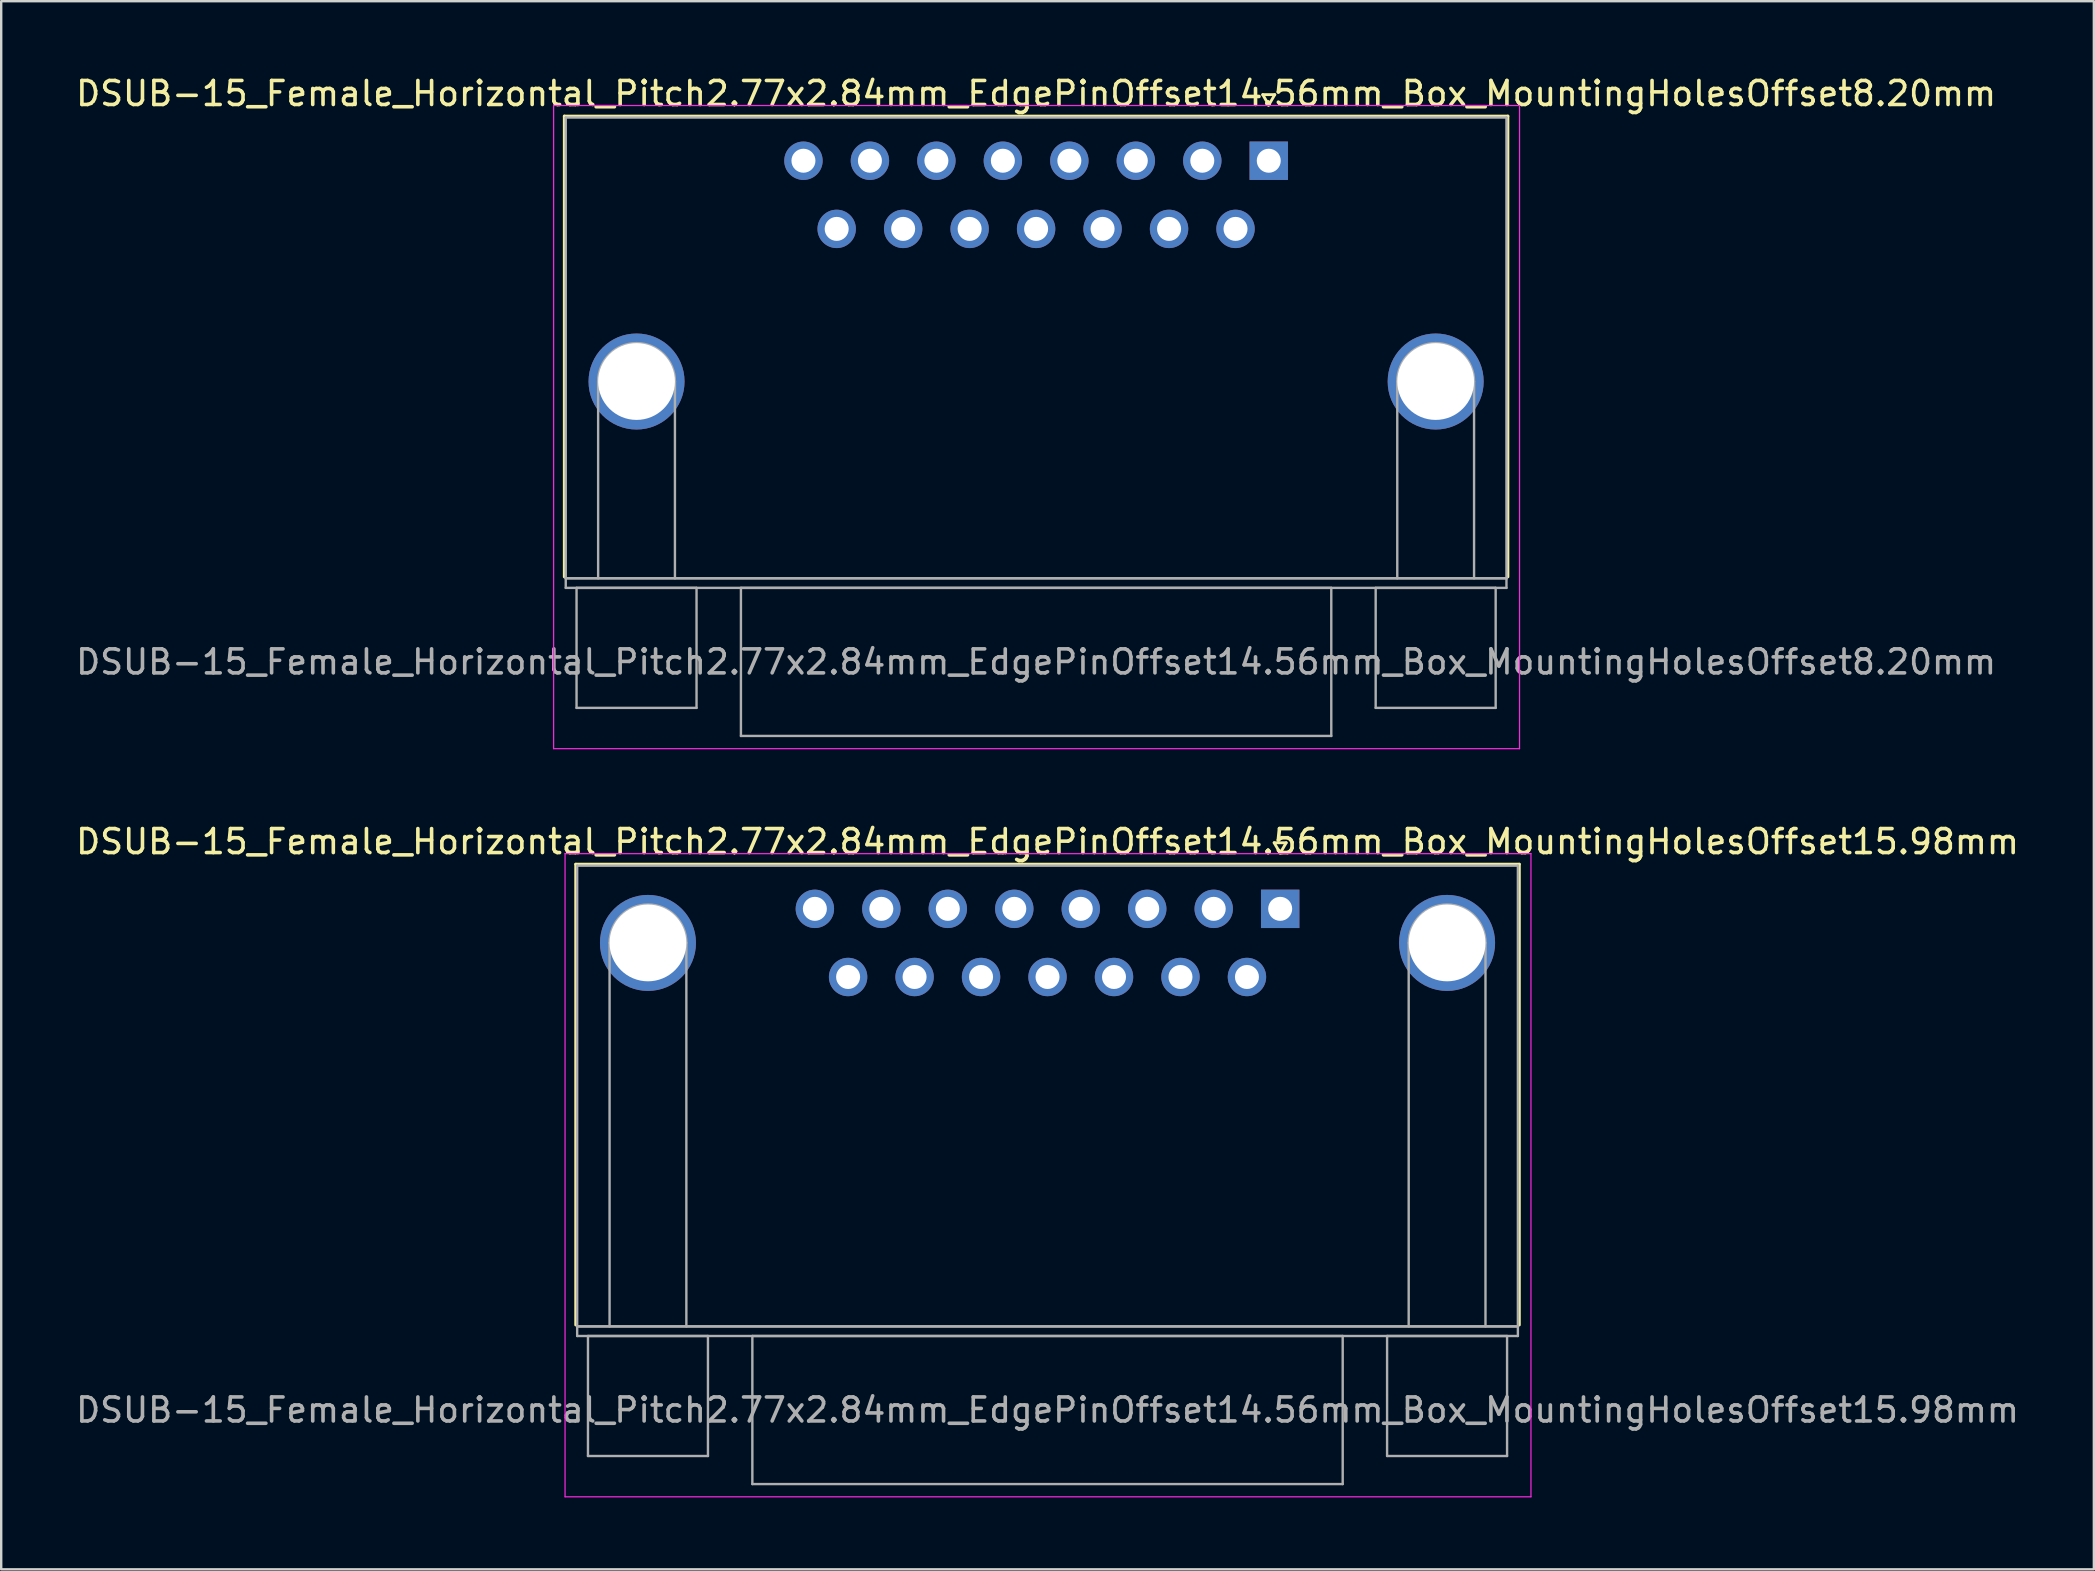
<source format=kicad_pcb>
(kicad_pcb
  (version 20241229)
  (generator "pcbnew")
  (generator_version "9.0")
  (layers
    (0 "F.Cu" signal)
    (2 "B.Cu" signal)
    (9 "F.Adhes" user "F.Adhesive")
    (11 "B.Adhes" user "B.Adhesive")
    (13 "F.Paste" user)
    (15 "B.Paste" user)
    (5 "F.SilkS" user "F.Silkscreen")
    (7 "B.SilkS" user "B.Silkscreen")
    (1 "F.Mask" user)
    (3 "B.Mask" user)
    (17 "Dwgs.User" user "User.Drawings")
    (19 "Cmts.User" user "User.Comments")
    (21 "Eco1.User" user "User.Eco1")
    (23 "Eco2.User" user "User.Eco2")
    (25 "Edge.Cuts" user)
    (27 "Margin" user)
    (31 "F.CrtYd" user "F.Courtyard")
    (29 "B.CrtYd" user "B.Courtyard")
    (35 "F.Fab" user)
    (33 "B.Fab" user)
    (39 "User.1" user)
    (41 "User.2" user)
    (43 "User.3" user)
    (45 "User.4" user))
  (footprint "DSUB-15_Female_Horizontal_Pitch2.77x2.84mm_EdgePinOffset14.56mm_Box_MountingHolesOffset15.98mm"
    (layer "F.Cu")
    (at 50.296 34.822)
    (property "Reference" "DSUB-15_Female_Horizontal_Pitch2.77x2.84mm_EdgePinOffset14.56mm_Box_MountingHolesOffset15.98mm" (at -9.695 -2.8 0) (layer "F.SilkS") (effects (font (size 1 1) (thickness 0.15))))
    (attr through_hole)
    (fp_line (start -29.355 -1.86) (end 9.965 -1.86) (stroke (width 0.12) (type solid)) (layer "F.SilkS"))
    (fp_line (start -29.355 17.34) (end -29.355 -1.86) (stroke (width 0.12) (type solid)) (layer "F.SilkS"))
    (fp_line (start -0.25 -2.754) (end 0.25 -2.754) (stroke (width 0.12) (type solid)) (layer "F.SilkS"))
    (fp_line (start 0 -2.321) (end -0.25 -2.754) (stroke (width 0.12) (type solid)) (layer "F.SilkS"))
    (fp_line (start 0.25 -2.754) (end 0 -2.321) (stroke (width 0.12) (type solid)) (layer "F.SilkS"))
    (fp_line (start 9.965 -1.86) (end 9.965 17.34) (stroke (width 0.12) (type solid)) (layer "F.SilkS"))
    (fp_line (start -29.8 -2.3) (end -29.8 24.5) (stroke (width 0.05) (type solid)) (layer "F.CrtYd"))
    (fp_line (start -29.8 24.5) (end 10.45 24.5) (stroke (width 0.05) (type solid)) (layer "F.CrtYd"))
    (fp_line (start 10.45 -2.3) (end -29.8 -2.3) (stroke (width 0.05) (type solid)) (layer "F.CrtYd"))
    (fp_line (start 10.45 24.5) (end 10.45 -2.3) (stroke (width 0.05) (type solid)) (layer "F.CrtYd"))
    (fp_line (start -29.295 -1.8) (end -29.295 17.4) (stroke (width 0.1) (type solid)) (layer "F.Fab"))
    (fp_line (start -29.295 17.4) (end -29.295 17.8) (stroke (width 0.1) (type solid)) (layer "F.Fab"))
    (fp_line (start -29.295 17.4) (end 9.905 17.4) (stroke (width 0.1) (type solid)) (layer "F.Fab"))
    (fp_line (start -29.295 17.8) (end 9.905 17.8) (stroke (width 0.1) (type solid)) (layer "F.Fab"))
    (fp_line (start -28.845 17.8) (end -28.845 22.8) (stroke (width 0.1) (type solid)) (layer "F.Fab"))
    (fp_line (start -28.845 22.8) (end -23.845 22.8) (stroke (width 0.1) (type solid)) (layer "F.Fab"))
    (fp_line (start -27.945 17.4) (end -27.945 1.42) (stroke (width 0.1) (type solid)) (layer "F.Fab"))
    (fp_line (start -24.745 17.4) (end -24.745 1.42) (stroke (width 0.1) (type solid)) (layer "F.Fab"))
    (fp_line (start -23.845 17.8) (end -28.845 17.8) (stroke (width 0.1) (type solid)) (layer "F.Fab"))
    (fp_line (start -23.845 22.8) (end -23.845 17.8) (stroke (width 0.1) (type solid)) (layer "F.Fab"))
    (fp_line (start -21.995 17.8) (end -21.995 23.97) (stroke (width 0.1) (type solid)) (layer "F.Fab"))
    (fp_line (start -21.995 23.97) (end 2.605 23.97) (stroke (width 0.1) (type solid)) (layer "F.Fab"))
    (fp_line (start 2.605 17.8) (end -21.995 17.8) (stroke (width 0.1) (type solid)) (layer "F.Fab"))
    (fp_line (start 2.605 23.97) (end 2.605 17.8) (stroke (width 0.1) (type solid)) (layer "F.Fab"))
    (fp_line (start 4.455 17.8) (end 4.455 22.8) (stroke (width 0.1) (type solid)) (layer "F.Fab"))
    (fp_line (start 4.455 22.8) (end 9.455 22.8) (stroke (width 0.1) (type solid)) (layer "F.Fab"))
    (fp_line (start 5.355 17.4) (end 5.355 1.42) (stroke (width 0.1) (type solid)) (layer "F.Fab"))
    (fp_line (start 8.555 17.4) (end 8.555 1.42) (stroke (width 0.1) (type solid)) (layer "F.Fab"))
    (fp_line (start 9.455 17.8) (end 4.455 17.8) (stroke (width 0.1) (type solid)) (layer "F.Fab"))
    (fp_line (start 9.455 22.8) (end 9.455 17.8) (stroke (width 0.1) (type solid)) (layer "F.Fab"))
    (fp_line (start 9.905 -1.8) (end -29.295 -1.8) (stroke (width 0.1) (type solid)) (layer "F.Fab"))
    (fp_line (start 9.905 17.4) (end -29.295 17.4) (stroke (width 0.1) (type solid)) (layer "F.Fab"))
    (fp_line (start 9.905 17.4) (end 9.905 -1.8) (stroke (width 0.1) (type solid)) (layer "F.Fab"))
    (fp_line (start 9.905 17.8) (end 9.905 17.4) (stroke (width 0.1) (type solid)) (layer "F.Fab"))
    (fp_arc (start -27.945 1.42) (mid -26.345 -0.18) (end -24.745 1.42) (stroke (width 0.1) (type solid)) (layer "F.Fab"))
    (fp_arc (start 5.355 1.42) (mid 6.955 -0.18) (end 8.555 1.42) (stroke (width 0.1) (type solid)) (layer "F.Fab"))
    (fp_text user "${REFERENCE}" (at -9.695 20.885 0) (layer "F.Fab") (effects (font (size 1 1) (thickness 0.15))))
    (pad "0" thru_hole circle (at -26.345 1.42) (size 4 4) (drill 3.2) (layers "*.Cu" "*.Mask"))
    (pad "0" thru_hole circle (at 6.955 1.42) (size 4 4) (drill 3.2) (layers "*.Cu" "*.Mask"))
    (pad "1" thru_hole rect (at 0 0) (size 1.6 1.6) (drill 1) (layers "*.Cu" "*.Mask"))
    (pad "2" thru_hole circle (at -2.77 0) (size 1.6 1.6) (drill 1) (layers "*.Cu" "*.Mask"))
    (pad "3" thru_hole circle (at -5.54 0) (size 1.6 1.6) (drill 1) (layers "*.Cu" "*.Mask"))
    (pad "4" thru_hole circle (at -8.31 0) (size 1.6 1.6) (drill 1) (layers "*.Cu" "*.Mask"))
    (pad "5" thru_hole circle (at -11.08 0) (size 1.6 1.6) (drill 1) (layers "*.Cu" "*.Mask"))
    (pad "6" thru_hole circle (at -13.85 0) (size 1.6 1.6) (drill 1) (layers "*.Cu" "*.Mask"))
    (pad "7" thru_hole circle (at -16.62 0) (size 1.6 1.6) (drill 1) (layers "*.Cu" "*.Mask"))
    (pad "8" thru_hole circle (at -19.39 0) (size 1.6 1.6) (drill 1) (layers "*.Cu" "*.Mask"))
    (pad "9" thru_hole circle (at -1.385 2.84) (size 1.6 1.6) (drill 1) (layers "*.Cu" "*.Mask"))
    (pad "10" thru_hole circle (at -4.155 2.84) (size 1.6 1.6) (drill 1) (layers "*.Cu" "*.Mask"))
    (pad "11" thru_hole circle (at -6.925 2.84) (size 1.6 1.6) (drill 1) (layers "*.Cu" "*.Mask"))
    (pad "12" thru_hole circle (at -9.695 2.84) (size 1.6 1.6) (drill 1) (layers "*.Cu" "*.Mask"))
    (pad "13" thru_hole circle (at -12.465 2.84) (size 1.6 1.6) (drill 1) (layers "*.Cu" "*.Mask"))
    (pad "14" thru_hole circle (at -15.235 2.84) (size 1.6 1.6) (drill 1) (layers "*.Cu" "*.Mask"))
    (pad "15" thru_hole circle (at -18.005 2.84) (size 1.6 1.6) (drill 1) (layers "*.Cu" "*.Mask")))
  (footprint "DSUB-15_Female_Horizontal_Pitch2.77x2.84mm_EdgePinOffset14.56mm_Box_MountingHolesOffset8.20mm"
    (layer "F.Cu")
    (at 49.82 3.648)
    (property "Reference" "DSUB-15_Female_Horizontal_Pitch2.77x2.84mm_EdgePinOffset14.56mm_Box_MountingHolesOffset8.20mm" (at -9.695 -2.8 0) (layer "F.SilkS") (effects (font (size 1 1) (thickness 0.15))))
    (attr through_hole)
    (fp_line (start -29.355 -1.86) (end 9.965 -1.86) (stroke (width 0.12) (type solid)) (layer "F.SilkS"))
    (fp_line (start -29.355 17.34) (end -29.355 -1.86) (stroke (width 0.12) (type solid)) (layer "F.SilkS"))
    (fp_line (start -0.25 -2.754) (end 0.25 -2.754) (stroke (width 0.12) (type solid)) (layer "F.SilkS"))
    (fp_line (start 0 -2.321) (end -0.25 -2.754) (stroke (width 0.12) (type solid)) (layer "F.SilkS"))
    (fp_line (start 0.25 -2.754) (end 0 -2.321) (stroke (width 0.12) (type solid)) (layer "F.SilkS"))
    (fp_line (start 9.965 -1.86) (end 9.965 17.34) (stroke (width 0.12) (type solid)) (layer "F.SilkS"))
    (fp_line (start -29.8 -2.3) (end -29.8 24.5) (stroke (width 0.05) (type solid)) (layer "F.CrtYd"))
    (fp_line (start -29.8 24.5) (end 10.45 24.5) (stroke (width 0.05) (type solid)) (layer "F.CrtYd"))
    (fp_line (start 10.45 -2.3) (end -29.8 -2.3) (stroke (width 0.05) (type solid)) (layer "F.CrtYd"))
    (fp_line (start 10.45 24.5) (end 10.45 -2.3) (stroke (width 0.05) (type solid)) (layer "F.CrtYd"))
    (fp_line (start -29.295 -1.8) (end -29.295 17.4) (stroke (width 0.1) (type solid)) (layer "F.Fab"))
    (fp_line (start -29.295 17.4) (end -29.295 17.8) (stroke (width 0.1) (type solid)) (layer "F.Fab"))
    (fp_line (start -29.295 17.4) (end 9.905 17.4) (stroke (width 0.1) (type solid)) (layer "F.Fab"))
    (fp_line (start -29.295 17.8) (end 9.905 17.8) (stroke (width 0.1) (type solid)) (layer "F.Fab"))
    (fp_line (start -28.845 17.8) (end -28.845 22.8) (stroke (width 0.1) (type solid)) (layer "F.Fab"))
    (fp_line (start -28.845 22.8) (end -23.845 22.8) (stroke (width 0.1) (type solid)) (layer "F.Fab"))
    (fp_line (start -27.945 17.4) (end -27.945 9.2) (stroke (width 0.1) (type solid)) (layer "F.Fab"))
    (fp_line (start -24.745 17.4) (end -24.745 9.2) (stroke (width 0.1) (type solid)) (layer "F.Fab"))
    (fp_line (start -23.845 17.8) (end -28.845 17.8) (stroke (width 0.1) (type solid)) (layer "F.Fab"))
    (fp_line (start -23.845 22.8) (end -23.845 17.8) (stroke (width 0.1) (type solid)) (layer "F.Fab"))
    (fp_line (start -21.995 17.8) (end -21.995 23.97) (stroke (width 0.1) (type solid)) (layer "F.Fab"))
    (fp_line (start -21.995 23.97) (end 2.605 23.97) (stroke (width 0.1) (type solid)) (layer "F.Fab"))
    (fp_line (start 2.605 17.8) (end -21.995 17.8) (stroke (width 0.1) (type solid)) (layer "F.Fab"))
    (fp_line (start 2.605 23.97) (end 2.605 17.8) (stroke (width 0.1) (type solid)) (layer "F.Fab"))
    (fp_line (start 4.455 17.8) (end 4.455 22.8) (stroke (width 0.1) (type solid)) (layer "F.Fab"))
    (fp_line (start 4.455 22.8) (end 9.455 22.8) (stroke (width 0.1) (type solid)) (layer "F.Fab"))
    (fp_line (start 5.355 17.4) (end 5.355 9.2) (stroke (width 0.1) (type solid)) (layer "F.Fab"))
    (fp_line (start 8.555 17.4) (end 8.555 9.2) (stroke (width 0.1) (type solid)) (layer "F.Fab"))
    (fp_line (start 9.455 17.8) (end 4.455 17.8) (stroke (width 0.1) (type solid)) (layer "F.Fab"))
    (fp_line (start 9.455 22.8) (end 9.455 17.8) (stroke (width 0.1) (type solid)) (layer "F.Fab"))
    (fp_line (start 9.905 -1.8) (end -29.295 -1.8) (stroke (width 0.1) (type solid)) (layer "F.Fab"))
    (fp_line (start 9.905 17.4) (end -29.295 17.4) (stroke (width 0.1) (type solid)) (layer "F.Fab"))
    (fp_line (start 9.905 17.4) (end 9.905 -1.8) (stroke (width 0.1) (type solid)) (layer "F.Fab"))
    (fp_line (start 9.905 17.8) (end 9.905 17.4) (stroke (width 0.1) (type solid)) (layer "F.Fab"))
    (fp_arc (start -27.945 9.2) (mid -26.345 7.6) (end -24.745 9.2) (stroke (width 0.1) (type solid)) (layer "F.Fab"))
    (fp_arc (start 5.355 9.2) (mid 6.955 7.6) (end 8.555 9.2) (stroke (width 0.1) (type solid)) (layer "F.Fab"))
    (fp_text user "${REFERENCE}" (at -9.695 20.885 0) (layer "F.Fab") (effects (font (size 1 1) (thickness 0.15))))
    (pad "0" thru_hole circle (at -26.345 9.2) (size 4 4) (drill 3.2) (layers "*.Cu" "*.Mask"))
    (pad "0" thru_hole circle (at 6.955 9.2) (size 4 4) (drill 3.2) (layers "*.Cu" "*.Mask"))
    (pad "1" thru_hole rect (at 0 0) (size 1.6 1.6) (drill 1) (layers "*.Cu" "*.Mask"))
    (pad "2" thru_hole circle (at -2.77 0) (size 1.6 1.6) (drill 1) (layers "*.Cu" "*.Mask"))
    (pad "3" thru_hole circle (at -5.54 0) (size 1.6 1.6) (drill 1) (layers "*.Cu" "*.Mask"))
    (pad "4" thru_hole circle (at -8.31 0) (size 1.6 1.6) (drill 1) (layers "*.Cu" "*.Mask"))
    (pad "5" thru_hole circle (at -11.08 0) (size 1.6 1.6) (drill 1) (layers "*.Cu" "*.Mask"))
    (pad "6" thru_hole circle (at -13.85 0) (size 1.6 1.6) (drill 1) (layers "*.Cu" "*.Mask"))
    (pad "7" thru_hole circle (at -16.62 0) (size 1.6 1.6) (drill 1) (layers "*.Cu" "*.Mask"))
    (pad "8" thru_hole circle (at -19.39 0) (size 1.6 1.6) (drill 1) (layers "*.Cu" "*.Mask"))
    (pad "9" thru_hole circle (at -1.385 2.84) (size 1.6 1.6) (drill 1) (layers "*.Cu" "*.Mask"))
    (pad "10" thru_hole circle (at -4.155 2.84) (size 1.6 1.6) (drill 1) (layers "*.Cu" "*.Mask"))
    (pad "11" thru_hole circle (at -6.925 2.84) (size 1.6 1.6) (drill 1) (layers "*.Cu" "*.Mask"))
    (pad "12" thru_hole circle (at -9.695 2.84) (size 1.6 1.6) (drill 1) (layers "*.Cu" "*.Mask"))
    (pad "13" thru_hole circle (at -12.465 2.84) (size 1.6 1.6) (drill 1) (layers "*.Cu" "*.Mask"))
    (pad "14" thru_hole circle (at -15.235 2.84) (size 1.6 1.6) (drill 1) (layers "*.Cu" "*.Mask"))
    (pad "15" thru_hole circle (at -18.005 2.84) (size 1.6 1.6) (drill 1) (layers "*.Cu" "*.Mask")))
  (gr_rect
    (start -3 -3)
    (end 84.202 62.346)
    (stroke (width 0.1) (type default))
    (fill no)
    (layer "Edge.Cuts")))
</source>
